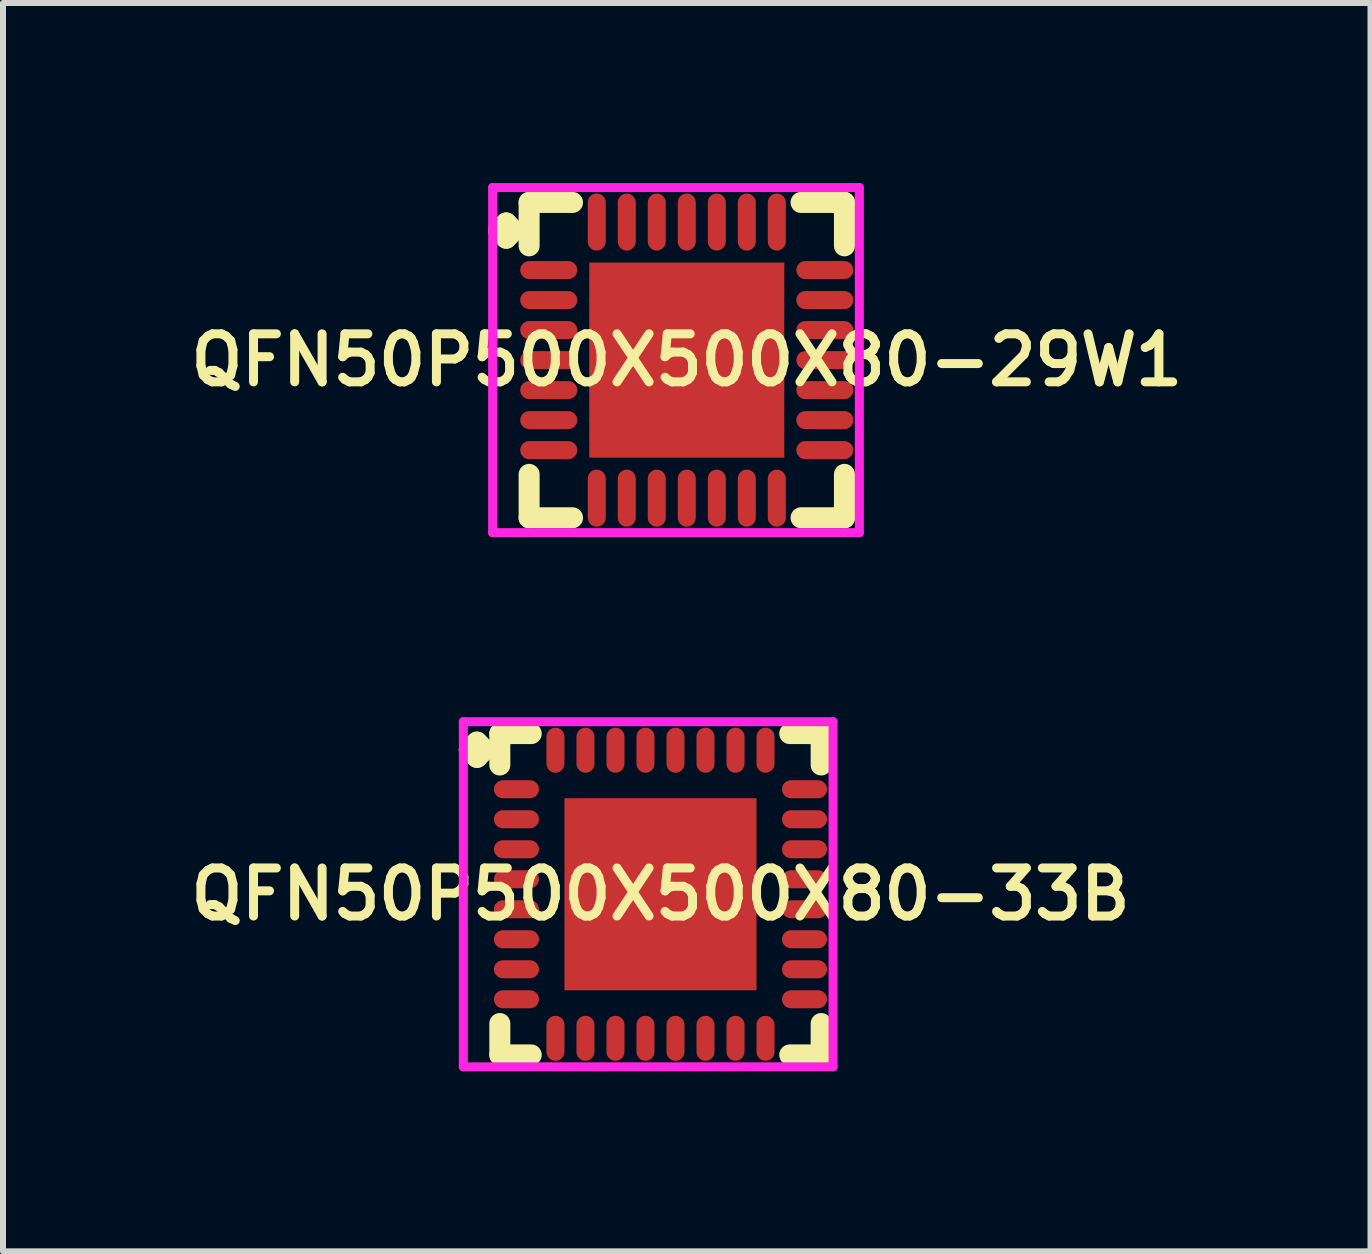
<source format=kicad_pcb>
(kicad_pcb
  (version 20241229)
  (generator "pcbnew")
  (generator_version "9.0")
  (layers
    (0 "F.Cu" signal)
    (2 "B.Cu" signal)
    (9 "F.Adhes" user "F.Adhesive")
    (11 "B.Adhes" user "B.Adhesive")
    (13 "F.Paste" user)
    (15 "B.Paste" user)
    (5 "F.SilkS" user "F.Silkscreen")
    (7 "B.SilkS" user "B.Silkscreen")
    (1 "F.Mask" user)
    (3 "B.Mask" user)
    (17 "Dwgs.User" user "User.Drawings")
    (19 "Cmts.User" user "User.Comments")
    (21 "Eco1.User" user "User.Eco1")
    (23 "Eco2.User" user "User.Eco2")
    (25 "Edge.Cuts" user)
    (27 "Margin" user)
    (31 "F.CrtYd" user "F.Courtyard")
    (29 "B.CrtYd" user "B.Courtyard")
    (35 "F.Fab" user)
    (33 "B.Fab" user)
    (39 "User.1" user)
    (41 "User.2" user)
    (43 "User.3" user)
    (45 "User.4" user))
  (footprint "QFN50P500X500X80-33B"
    (layer "F.Cu")
    (at 7.955 11.85)
    (property "Reference" "QFN50P500X500X80-33B" (at 0 0 0) (layer "F.SilkS") (effects (font (size 0.8 0.8) (thickness 0.15))))
    (attr through_hole)
    (fp_line (start -3.185 -2.408) (end -3.058 -2.535) (stroke (width 0.35) (type solid)) (layer "F.SilkS"))
    (fp_line (start -3.058 -2.535) (end -2.931 -2.408) (stroke (width 0.35) (type solid)) (layer "F.SilkS"))
    (fp_line (start -3.058 -2.281) (end -3.185 -2.408) (stroke (width 0.35) (type solid)) (layer "F.SilkS"))
    (fp_line (start -2.931 -2.408) (end -3.058 -2.281) (stroke (width 0.35) (type solid)) (layer "F.SilkS"))
    (fp_line (start -2.677 -2.677) (end -2.154 -2.677) (stroke (width 0.35) (type solid)) (layer "F.SilkS"))
    (fp_line (start -2.677 -2.154) (end -2.677 -2.677) (stroke (width 0.35) (type solid)) (layer "F.SilkS"))
    (fp_line (start -2.677 2.154) (end -2.677 2.677) (stroke (width 0.35) (type solid)) (layer "F.SilkS"))
    (fp_line (start -2.677 2.677) (end -2.154 2.677) (stroke (width 0.35) (type solid)) (layer "F.SilkS"))
    (fp_line (start 2.154 -2.677) (end 2.677 -2.677) (stroke (width 0.35) (type solid)) (layer "F.SilkS"))
    (fp_line (start 2.154 2.677) (end 2.677 2.677) (stroke (width 0.35) (type solid)) (layer "F.SilkS"))
    (fp_line (start 2.677 -2.677) (end 2.677 -2.154) (stroke (width 0.35) (type solid)) (layer "F.SilkS"))
    (fp_line (start 2.677 2.677) (end 2.677 2.154) (stroke (width 0.35) (type solid)) (layer "F.SilkS"))
    (fp_line (start -3.285 -2.875) (end 2.875 -2.875) (stroke (width 0.15) (type solid)) (layer "F.CrtYd"))
    (fp_line (start -3.285 2.875) (end -3.285 -2.875) (stroke (width 0.15) (type solid)) (layer "F.CrtYd"))
    (fp_line (start 2.875 -2.875) (end 2.875 2.875) (stroke (width 0.15) (type solid)) (layer "F.CrtYd"))
    (fp_line (start 2.875 2.875) (end -3.285 2.875) (stroke (width 0.15) (type solid)) (layer "F.CrtYd"))
    (pad "1" smd oval (at -2.4 -1.75) (size 0.75 0.3) (layers "F.Cu" "F.Mask" "F.Paste"))
    (pad "2" smd oval (at -2.4 -1.25) (size 0.75 0.3) (layers "F.Cu" "F.Mask" "F.Paste"))
    (pad "3" smd oval (at -2.4 -0.75) (size 0.75 0.3) (layers "F.Cu" "F.Mask" "F.Paste"))
    (pad "4" smd oval (at -2.4 -0.25) (size 0.75 0.3) (layers "F.Cu" "F.Mask" "F.Paste"))
    (pad "5" smd oval (at -2.4 0.25) (size 0.75 0.3) (layers "F.Cu" "F.Mask" "F.Paste"))
    (pad "6" smd oval (at -2.4 0.75) (size 0.75 0.3) (layers "F.Cu" "F.Mask" "F.Paste"))
    (pad "7" smd oval (at -2.4 1.25) (size 0.75 0.3) (layers "F.Cu" "F.Mask" "F.Paste"))
    (pad "8" smd oval (at -2.4 1.75) (size 0.75 0.3) (layers "F.Cu" "F.Mask" "F.Paste"))
    (pad "9" smd oval (at -1.75 2.4) (size 0.3 0.75) (layers "F.Cu" "F.Mask" "F.Paste"))
    (pad "10" smd oval (at -1.25 2.4) (size 0.3 0.75) (layers "F.Cu" "F.Mask" "F.Paste"))
    (pad "11" smd oval (at -0.75 2.4) (size 0.3 0.75) (layers "F.Cu" "F.Mask" "F.Paste"))
    (pad "12" smd oval (at -0.25 2.4) (size 0.3 0.75) (layers "F.Cu" "F.Mask" "F.Paste"))
    (pad "13" smd oval (at 0.25 2.4) (size 0.3 0.75) (layers "F.Cu" "F.Mask" "F.Paste"))
    (pad "14" smd oval (at 0.75 2.4) (size 0.3 0.75) (layers "F.Cu" "F.Mask" "F.Paste"))
    (pad "15" smd oval (at 1.25 2.4) (size 0.3 0.75) (layers "F.Cu" "F.Mask" "F.Paste"))
    (pad "16" smd oval (at 1.75 2.4) (size 0.3 0.75) (layers "F.Cu" "F.Mask" "F.Paste"))
    (pad "17" smd oval (at 2.4 1.75) (size 0.75 0.3) (layers "F.Cu" "F.Mask" "F.Paste"))
    (pad "18" smd oval (at 2.4 1.25) (size 0.75 0.3) (layers "F.Cu" "F.Mask" "F.Paste"))
    (pad "19" smd oval (at 2.4 0.75) (size 0.75 0.3) (layers "F.Cu" "F.Mask" "F.Paste"))
    (pad "20" smd oval (at 2.4 0.25) (size 0.75 0.3) (layers "F.Cu" "F.Mask" "F.Paste"))
    (pad "21" smd oval (at 2.4 -0.25) (size 0.75 0.3) (layers "F.Cu" "F.Mask" "F.Paste"))
    (pad "22" smd oval (at 2.4 -0.75) (size 0.75 0.3) (layers "F.Cu" "F.Mask" "F.Paste"))
    (pad "23" smd oval (at 2.4 -1.25) (size 0.75 0.3) (layers "F.Cu" "F.Mask" "F.Paste"))
    (pad "24" smd oval (at 2.4 -1.75) (size 0.75 0.3) (layers "F.Cu" "F.Mask" "F.Paste"))
    (pad "25" smd oval (at 1.75 -2.4) (size 0.3 0.75) (layers "F.Cu" "F.Mask" "F.Paste"))
    (pad "26" smd oval (at 1.25 -2.4) (size 0.3 0.75) (layers "F.Cu" "F.Mask" "F.Paste"))
    (pad "27" smd oval (at 0.75 -2.4) (size 0.3 0.75) (layers "F.Cu" "F.Mask" "F.Paste"))
    (pad "28" smd oval (at 0.25 -2.4) (size 0.3 0.75) (layers "F.Cu" "F.Mask" "F.Paste"))
    (pad "29" smd oval (at -0.25 -2.4) (size 0.3 0.75) (layers "F.Cu" "F.Mask" "F.Paste"))
    (pad "30" smd oval (at -0.75 -2.4) (size 0.3 0.75) (layers "F.Cu" "F.Mask" "F.Paste"))
    (pad "31" smd oval (at -1.25 -2.4) (size 0.3 0.75) (layers "F.Cu" "F.Mask" "F.Paste"))
    (pad "32" smd oval (at -1.75 -2.4) (size 0.3 0.75) (layers "F.Cu" "F.Mask" "F.Paste"))
    (pad "33" smd rect (at 0 0) (size 3.2 3.2) (layers "F.Cu" "F.Mask" "F.Paste")))
  (footprint "QFN50P500X500X80-29W1"
    (layer "F.Cu")
    (at 8.393 2.95)
    (property "Reference" "QFN50P500X500X80-29W1" (at 0 0 0) (layer "F.SilkS") (effects (font (size 0.8 0.8) (thickness 0.15))))
    (attr smd)
    (fp_line (start -3.135 -2.158) (end -3.008 -2.285) (stroke (width 0.35) (type solid)) (layer "F.SilkS"))
    (fp_line (start -3.008 -2.285) (end -2.881 -2.158) (stroke (width 0.35) (type solid)) (layer "F.SilkS"))
    (fp_line (start -3.008 -2.031) (end -3.135 -2.158) (stroke (width 0.35) (type solid)) (layer "F.SilkS"))
    (fp_line (start -2.881 -2.158) (end -3.008 -2.031) (stroke (width 0.35) (type solid)) (layer "F.SilkS"))
    (fp_line (start -2.627 -2.627) (end -1.904 -2.627) (stroke (width 0.35) (type solid)) (layer "F.SilkS"))
    (fp_line (start -2.627 -1.904) (end -2.627 -2.627) (stroke (width 0.35) (type solid)) (layer "F.SilkS"))
    (fp_line (start -2.627 1.904) (end -2.627 2.627) (stroke (width 0.35) (type solid)) (layer "F.SilkS"))
    (fp_line (start -2.627 2.627) (end -1.904 2.627) (stroke (width 0.35) (type solid)) (layer "F.SilkS"))
    (fp_line (start 1.904 -2.627) (end 2.627 -2.627) (stroke (width 0.35) (type solid)) (layer "F.SilkS"))
    (fp_line (start 1.904 2.627) (end 2.627 2.627) (stroke (width 0.35) (type solid)) (layer "F.SilkS"))
    (fp_line (start 2.627 -2.627) (end 2.627 -1.904) (stroke (width 0.35) (type solid)) (layer "F.SilkS"))
    (fp_line (start 2.627 2.627) (end 2.627 1.904) (stroke (width 0.35) (type solid)) (layer "F.SilkS"))
    (fp_line (start -3.235 -2.875) (end 2.875 -2.875) (stroke (width 0.15) (type solid)) (layer "F.CrtYd"))
    (fp_line (start -3.235 2.875) (end -3.235 -2.875) (stroke (width 0.15) (type solid)) (layer "F.CrtYd"))
    (fp_line (start 2.875 -2.875) (end 2.875 2.875) (stroke (width 0.15) (type solid)) (layer "F.CrtYd"))
    (fp_line (start 2.875 2.875) (end -3.235 2.875) (stroke (width 0.15) (type solid)) (layer "F.CrtYd"))
    (pad "1" smd oval (at -2.3 -1.5) (size 0.95 0.3) (layers "F.Cu" "F.Mask" "F.Paste"))
    (pad "2" smd oval (at -2.3 -1) (size 0.95 0.3) (layers "F.Cu" "F.Mask" "F.Paste"))
    (pad "3" smd oval (at -2.3 -0.5) (size 0.95 0.3) (layers "F.Cu" "F.Mask" "F.Paste"))
    (pad "4" smd oval (at -2.3 0) (size 0.95 0.3) (layers "F.Cu" "F.Mask" "F.Paste"))
    (pad "5" smd oval (at -2.3 0.5) (size 0.95 0.3) (layers "F.Cu" "F.Mask" "F.Paste"))
    (pad "6" smd oval (at -2.3 1) (size 0.95 0.3) (layers "F.Cu" "F.Mask" "F.Paste"))
    (pad "7" smd oval (at -2.3 1.5) (size 0.95 0.3) (layers "F.Cu" "F.Mask" "F.Paste"))
    (pad "8" smd oval (at -1.5 2.3) (size 0.3 0.95) (layers "F.Cu" "F.Mask" "F.Paste"))
    (pad "9" smd oval (at -1 2.3) (size 0.3 0.95) (layers "F.Cu" "F.Mask" "F.Paste"))
    (pad "10" smd oval (at -0.5 2.3) (size 0.3 0.95) (layers "F.Cu" "F.Mask" "F.Paste"))
    (pad "11" smd oval (at 0 2.3) (size 0.3 0.95) (layers "F.Cu" "F.Mask" "F.Paste"))
    (pad "12" smd oval (at 0.5 2.3) (size 0.3 0.95) (layers "F.Cu" "F.Mask" "F.Paste"))
    (pad "13" smd oval (at 1 2.3) (size 0.3 0.95) (layers "F.Cu" "F.Mask" "F.Paste"))
    (pad "14" smd oval (at 1.5 2.3) (size 0.3 0.95) (layers "F.Cu" "F.Mask" "F.Paste"))
    (pad "15" smd oval (at 2.3 1.5) (size 0.95 0.3) (layers "F.Cu" "F.Mask" "F.Paste"))
    (pad "16" smd oval (at 2.3 1) (size 0.95 0.3) (layers "F.Cu" "F.Mask" "F.Paste"))
    (pad "17" smd oval (at 2.3 0.5) (size 0.95 0.3) (layers "F.Cu" "F.Mask" "F.Paste"))
    (pad "18" smd oval (at 2.3 0) (size 0.95 0.3) (layers "F.Cu" "F.Mask" "F.Paste"))
    (pad "19" smd oval (at 2.3 -0.5) (size 0.95 0.3) (layers "F.Cu" "F.Mask" "F.Paste"))
    (pad "20" smd oval (at 2.3 -1) (size 0.95 0.3) (layers "F.Cu" "F.Mask" "F.Paste"))
    (pad "21" smd oval (at 2.3 -1.5) (size 0.95 0.3) (layers "F.Cu" "F.Mask" "F.Paste"))
    (pad "22" smd oval (at 1.5 -2.3) (size 0.3 0.95) (layers "F.Cu" "F.Mask" "F.Paste"))
    (pad "23" smd oval (at 1 -2.3) (size 0.3 0.95) (layers "F.Cu" "F.Mask" "F.Paste"))
    (pad "24" smd oval (at 0.5 -2.3) (size 0.3 0.95) (layers "F.Cu" "F.Mask" "F.Paste"))
    (pad "25" smd oval (at 0 -2.3) (size 0.3 0.95) (layers "F.Cu" "F.Mask" "F.Paste"))
    (pad "26" smd oval (at -0.5 -2.3) (size 0.3 0.95) (layers "F.Cu" "F.Mask" "F.Paste"))
    (pad "27" smd oval (at -1 -2.3) (size 0.3 0.95) (layers "F.Cu" "F.Mask" "F.Paste"))
    (pad "28" smd oval (at -1.5 -2.3) (size 0.3 0.95) (layers "F.Cu" "F.Mask" "F.Paste"))
    (pad "29" smd rect (at 0 0) (size 3.25 3.25) (layers "F.Cu" "F.Mask" "F.Paste")))
  (gr_rect
    (start -3 -3)
    (end 19.785 17.8)
    (stroke (width 0.1) (type default))
    (fill no)
    (layer "Edge.Cuts")))
</source>
